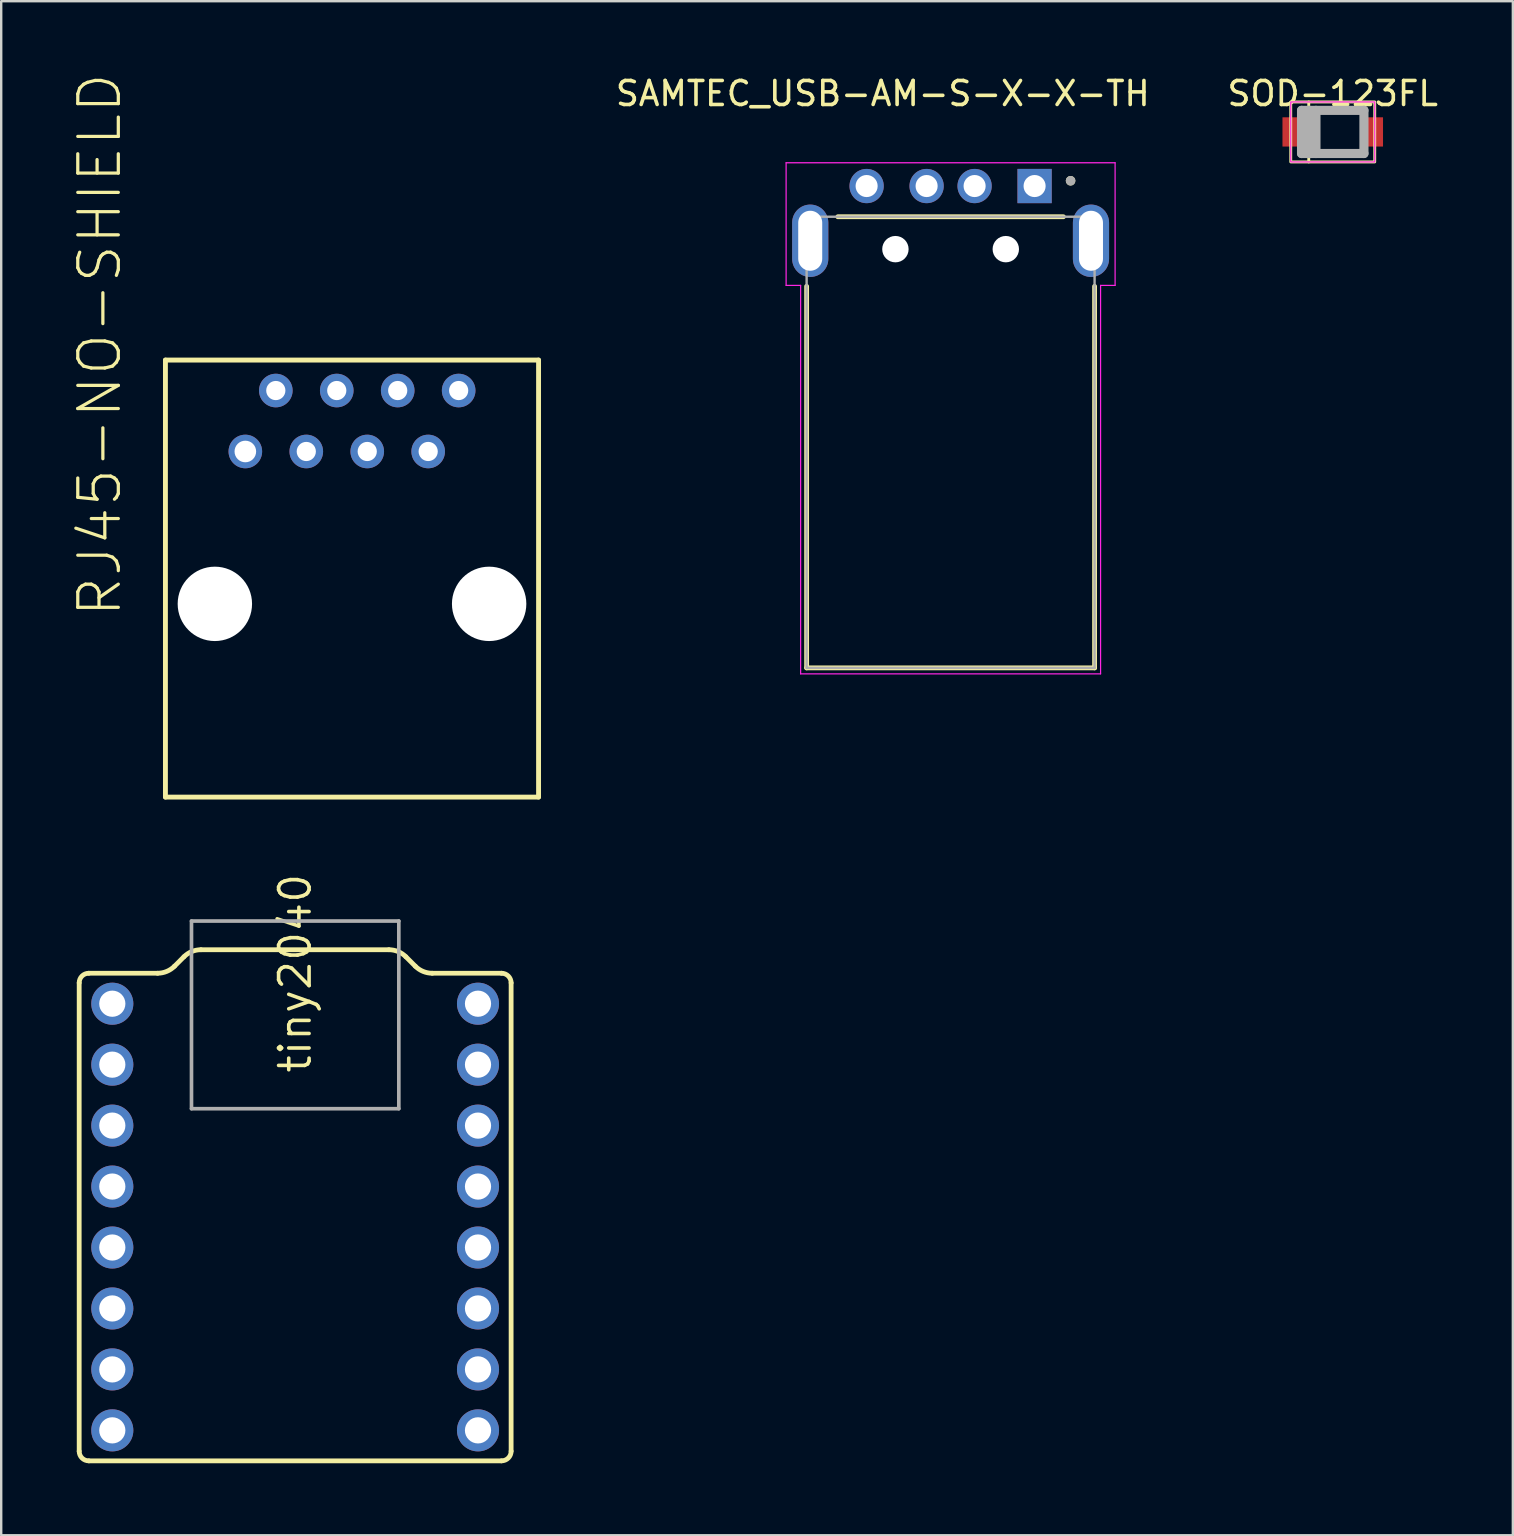
<source format=kicad_pcb>
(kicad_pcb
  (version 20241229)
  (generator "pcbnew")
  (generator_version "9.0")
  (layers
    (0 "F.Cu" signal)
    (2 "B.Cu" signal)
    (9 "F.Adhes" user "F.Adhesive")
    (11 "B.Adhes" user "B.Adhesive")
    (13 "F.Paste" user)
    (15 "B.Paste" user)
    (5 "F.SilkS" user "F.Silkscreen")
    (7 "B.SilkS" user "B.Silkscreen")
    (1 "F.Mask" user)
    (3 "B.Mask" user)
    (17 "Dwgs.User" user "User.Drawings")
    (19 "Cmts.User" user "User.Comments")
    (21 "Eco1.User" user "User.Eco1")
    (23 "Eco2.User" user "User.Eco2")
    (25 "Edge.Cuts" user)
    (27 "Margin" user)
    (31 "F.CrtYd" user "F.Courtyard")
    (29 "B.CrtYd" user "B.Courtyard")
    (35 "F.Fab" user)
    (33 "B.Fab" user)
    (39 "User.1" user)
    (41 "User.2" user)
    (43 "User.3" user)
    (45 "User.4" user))
  (footprint "SAMTEC_USB-AM-S-X-X-TH"
    (layer "F.Cu")
    (at 36.565 6.983)
    (property "Reference" "SAMTEC_USB-AM-S-X-X-TH" (at -2.825 -6.135 0) (layer "F.SilkS") (effects (font (size 1 1) (thickness 0.15))))
    (attr through_hole)
    (fp_line (start -6 17.8) (end -6 1.9) (stroke (width 0.2) (type solid)) (layer "F.SilkS"))
    (fp_line (start -4.7 -1) (end 4.7 -1) (stroke (width 0.2) (type solid)) (layer "F.SilkS"))
    (fp_line (start 6 1.9) (end 6 17.8) (stroke (width 0.2) (type solid)) (layer "F.SilkS"))
    (fp_line (start 6 17.8) (end -6 17.8) (stroke (width 0.2) (type solid)) (layer "F.SilkS"))
    (fp_circle (center 5 -2.5) (end 5.1 -2.5) (stroke (width 0.2) (type solid)) (fill no) (layer "F.SilkS"))
    (fp_line (start -6.855 -3.25) (end 6.855 -3.25) (stroke (width 0.05) (type solid)) (layer "F.CrtYd"))
    (fp_line (start -6.855 1.86) (end -6.855 -3.25) (stroke (width 0.05) (type solid)) (layer "F.CrtYd"))
    (fp_line (start -6.25 1.86) (end -6.855 1.86) (stroke (width 0.05) (type solid)) (layer "F.CrtYd"))
    (fp_line (start -6.25 18.05) (end -6.25 1.86) (stroke (width 0.05) (type solid)) (layer "F.CrtYd"))
    (fp_line (start 6.25 1.86) (end 6.25 18.05) (stroke (width 0.05) (type solid)) (layer "F.CrtYd"))
    (fp_line (start 6.25 18.05) (end -6.25 18.05) (stroke (width 0.05) (type solid)) (layer "F.CrtYd"))
    (fp_line (start 6.855 -3.25) (end 6.855 1.86) (stroke (width 0.05) (type solid)) (layer "F.CrtYd"))
    (fp_line (start 6.855 1.86) (end 6.25 1.86) (stroke (width 0.05) (type solid)) (layer "F.CrtYd"))
    (fp_line (start -6 -1) (end 6 -1) (stroke (width 0.1) (type solid)) (layer "F.Fab"))
    (fp_line (start -6 17.8) (end -6 -1) (stroke (width 0.1) (type solid)) (layer "F.Fab"))
    (fp_line (start 6 -1) (end 6 17.8) (stroke (width 0.1) (type solid)) (layer "F.Fab"))
    (fp_line (start 6 17.8) (end -6 17.8) (stroke (width 0.1) (type solid)) (layer "F.Fab"))
    (fp_circle (center 5 -2.5) (end 5.1 -2.5) (stroke (width 0.2) (type solid)) (fill no) (layer "F.Fab"))
    (pad "" np_thru_hole circle (at -2.3 0.35) (size 1.1 1.1) (drill 1.1) (layers "*.Cu" "*.Mask"))
    (pad "" np_thru_hole circle (at 2.3 0.35) (size 1.1 1.1) (drill 1.1) (layers "*.Cu" "*.Mask"))
    (pad "1" thru_hole rect (at 3.5 -2.28) (size 1.428 1.428) (drill 0.92) (layers "*.Cu" "*.Mask"))
    (pad "2" thru_hole circle (at 1 -2.28) (size 1.428 1.428) (drill 0.92) (layers "*.Cu" "*.Mask"))
    (pad "3" thru_hole circle (at -1 -2.28) (size 1.428 1.428) (drill 0.92) (layers "*.Cu" "*.Mask"))
    (pad "4" thru_hole circle (at -3.5 -2.28) (size 1.428 1.428) (drill 0.92) (layers "*.Cu" "*.Mask"))
    (pad "5" thru_hole oval (at -5.85 0) (size 1.508 3.016) (drill oval 1 2.5) (layers "*.Cu" "*.Mask"))
    (pad "5" thru_hole oval (at 5.85 0) (size 1.508 3.016) (drill oval 1 2.5) (layers "*.Cu" "*.Mask")))
  (footprint "SOD-123FL"
    (layer "F.Cu")
    (at 52.49 2.448)
    (property "Reference" "SOD-123FL" (at 0 -1.6 0) (layer "F.SilkS") (effects (font (size 1 1) (thickness 0.15))))
    (attr through_hole)
    (fp_line (start -1 -1.25) (end -1 1.25) (stroke (width 0.12) (type default)) (layer "F.SilkS"))
    (fp_rect (start -1.75 -1.25) (end 1.75 1.25) (stroke (width 0.12) (type default)) (fill no) (layer "F.SilkS"))
    (fp_rect (start -1.75 -1.25) (end 1.75 1.25) (stroke (width 0.05) (type default)) (fill no) (layer "F.CrtYd"))
    (fp_line (start -1.3 -0.899) (end 1.3 -0.899) (stroke (width 0.381) (type solid)) (layer "F.Fab"))
    (fp_line (start -1.3 0.899) (end -1.3 -0.899) (stroke (width 0.381) (type solid)) (layer "F.Fab"))
    (fp_line (start -0.999 0.899) (end -0.999 -0.899) (stroke (width 0.381) (type solid)) (layer "F.Fab"))
    (fp_line (start -0.7 -0.899) (end -0.7 0.899) (stroke (width 0.381) (type solid)) (layer "F.Fab"))
    (fp_line (start 1.3 -0.899) (end 1.3 0.899) (stroke (width 0.381) (type solid)) (layer "F.Fab"))
    (fp_line (start 1.3 0.899) (end -1.3 0.899) (stroke (width 0.381) (type solid)) (layer "F.Fab"))
    (pad "1" smd rect (at 1.638 0) (size 0.914 1.219) (layers "F.Cu" "F.Mask" "F.Paste"))
    (pad "2" smd rect (at -1.638 0) (size 0.914 1.219) (layers "F.Cu" "F.Mask" "F.Paste")))
  (footprint "tiny2040"
    (layer "F.Cu")
    (at 0.25 46.426)
    (property "Reference" "tiny2040" (at 9 -8.918 270) (layer "F.SilkS") (effects (font (size 1.27 1.27) (thickness 0.15))))
    (fp_line (start 0 11.002) (end 0 -8.518) (stroke (width 0.2) (type solid)) (layer "F.SilkS"))
    (fp_line (start 0.4 -8.918) (end 3.266 -8.918) (stroke (width 0.2) (type solid)) (layer "F.SilkS"))
    (fp_line (start 0.4 11.402) (end 17.6 11.402) (stroke (width 0.2) (type solid)) (layer "F.SilkS"))
    (fp_line (start 3.973 -9.211) (end 4.367 -9.605) (stroke (width 0.2) (type solid)) (layer "F.SilkS"))
    (fp_line (start 5.074 -9.898) (end 12.906 -9.898) (stroke (width 0.2) (type solid)) (layer "F.SilkS"))
    (fp_line (start 13.613 -9.605) (end 14.007 -9.211) (stroke (width 0.2) (type solid)) (layer "F.SilkS"))
    (fp_line (start 14.714 -8.918) (end 17.6 -8.918) (stroke (width 0.2) (type solid)) (layer "F.SilkS"))
    (fp_line (start 18 -8.518) (end 18 11.002) (stroke (width 0.2) (type solid)) (layer "F.SilkS"))
    (fp_arc (start 0 -8.517619) (mid 0.117157 -8.800462) (end 0.4 -8.917619) (stroke (width 0.2) (type solid)) (layer "F.SilkS"))
    (fp_arc (start 0.4 11.402381) (mid 0.117157 11.285224) (end 0 11.002381) (stroke (width 0.2) (type solid)) (layer "F.SilkS"))
    (fp_arc (start 3.972893 -9.210512) (mid 3.64847 -8.99374) (end 3.265788 -8.917619) (stroke (width 0.2) (type solid)) (layer "F.SilkS"))
    (fp_arc (start 4.367107 -9.604725) (mid 4.69153 -9.821498) (end 5.074213 -9.89762) (stroke (width 0.2) (type solid)) (layer "F.SilkS"))
    (fp_arc (start 12.905787 -9.897619) (mid 13.28847 -9.821498) (end 13.612892 -9.604725) (stroke (width 0.2) (type solid)) (layer "F.SilkS"))
    (fp_arc (start 14.714211 -8.917619) (mid 14.331529 -8.99374) (end 14.007106 -9.210512) (stroke (width 0.2) (type solid)) (layer "F.SilkS"))
    (fp_arc (start 17.6 -8.917619) (mid 17.882843 -8.800462) (end 18 -8.517619) (stroke (width 0.2) (type solid)) (layer "F.SilkS"))
    (fp_arc (start 18 11.002381) (mid 17.882843 11.285224) (end 17.6 11.402381) (stroke (width 0.2) (type solid)) (layer "F.SilkS"))
    (fp_line (start 4.68 -3.273) (end 4.68 -11.093) (stroke (width 0.152) (type solid)) (layer "F.Fab"))
    (fp_line (start 4.68 -3.273) (end 4.68 -5.363) (stroke (width 0.01) (type solid)) (layer "F.Fab"))
    (fp_line (start 4.68 -3.263) (end 4.68 -3.273) (stroke (width 0.01) (type solid)) (layer "F.Fab"))
    (fp_line (start 13.32 -11.093) (end 4.68 -11.093) (stroke (width 0.152) (type solid)) (layer "F.Fab"))
    (fp_line (start 13.32 -11.093) (end 13.32 -3.273) (stroke (width 0.152) (type solid)) (layer "F.Fab"))
    (fp_line (start 13.32 -7.693) (end 13.32 -9.293) (stroke (width 0.01) (type solid)) (layer "F.Fab"))
    (fp_line (start 13.32 -3.273) (end 4.68 -3.273) (stroke (width 0.152) (type solid)) (layer "F.Fab"))
    (fp_line (start 13.32 -3.273) (end 13.32 -5.363) (stroke (width 0.01) (type solid)) (layer "F.Fab"))
    (fp_line (start 13.32 -3.263) (end 13.32 -3.273) (stroke (width 0.01) (type solid)) (layer "F.Fab"))
    (pad "1" thru_hole circle (at 1.38 -7.648) (size 1.753 1.753) (drill 1.092) (layers "*.Cu" "*.Mask"))
    (pad "2" thru_hole circle (at 1.38 -5.108) (size 1.753 1.753) (drill 1.092) (layers "*.Cu" "*.Mask"))
    (pad "3" thru_hole circle (at 1.38 -2.568) (size 1.753 1.753) (drill 1.092) (layers "*.Cu" "*.Mask"))
    (pad "4" thru_hole circle (at 1.38 -0.028) (size 1.753 1.753) (drill 1.092) (layers "*.Cu" "*.Mask"))
    (pad "5" thru_hole circle (at 1.38 2.512) (size 1.753 1.753) (drill 1.092) (layers "*.Cu" "*.Mask"))
    (pad "6" thru_hole circle (at 1.38 5.052) (size 1.753 1.753) (drill 1.092) (layers "*.Cu" "*.Mask"))
    (pad "7" thru_hole circle (at 1.38 7.592) (size 1.753 1.753) (drill 1.092) (layers "*.Cu" "*.Mask"))
    (pad "8" thru_hole circle (at 1.38 10.132) (size 1.753 1.753) (drill 1.092) (layers "*.Cu" "*.Mask"))
    (pad "9" thru_hole circle (at 16.62 10.132) (size 1.753 1.753) (drill 1.092) (layers "*.Cu" "*.Mask"))
    (pad "10" thru_hole circle (at 16.62 7.592) (size 1.753 1.753) (drill 1.092) (layers "*.Cu" "*.Mask"))
    (pad "11" thru_hole circle (at 16.62 5.052) (size 1.753 1.753) (drill 1.092) (layers "*.Cu" "*.Mask"))
    (pad "12" thru_hole circle (at 16.62 2.512) (size 1.753 1.753) (drill 1.092) (layers "*.Cu" "*.Mask"))
    (pad "13" thru_hole circle (at 16.62 -0.028) (size 1.753 1.753) (drill 1.092) (layers "*.Cu" "*.Mask"))
    (pad "14" thru_hole circle (at 16.62 -2.568) (size 1.753 1.753) (drill 1.092) (layers "*.Cu" "*.Mask"))
    (pad "15" thru_hole circle (at 16.62 -5.108) (size 1.753 1.753) (drill 1.092) (layers "*.Cu" "*.Mask"))
    (pad "16" thru_hole circle (at 16.62 -7.648) (size 1.753 1.753) (drill 1.092) (layers "*.Cu" "*.Mask"))
    (zone (net_name "") (layer "F.Cu") (hatch edge 0.508) (connect_pads) (min_thickness 0.254) (filled_areas_thickness no) (keepout (tracks not_allowed) (vias not_allowed) (pads not_allowed) (copperpour not_allowed) (footprints allowed)) (placement (enabled no)) (fill) (polygon (pts (xy 2.85 54.909) (xy 2.85 57.509) (xy 5.45 57.509) (xy 5.45 54.909))))
    (zone (net_name "") (layer "F.Cu") (hatch edge 0.508) (connect_pads) (min_thickness 0.254) (filled_areas_thickness no) (keepout (tracks not_allowed) (vias not_allowed) (pads not_allowed) (copperpour not_allowed) (footprints allowed)) (placement (enabled no)) (fill) (polygon (pts (xy 13.05 54.909) (xy 13.05 57.509) (xy 15.65 57.509) (xy 15.65 54.909)))))
  (footprint "RJ45-NO-SHIELD"
    (layer "F.Cu")
    (at 11.619 22.115)
    (property "Reference" "RJ45-NO-SHIELD" (at -9.525 0.635 90) (layer "F.SilkS") (effects (font (size 1.689 1.689) (thickness 0.135)) (justify left bottom)))
    (attr through_hole)
    (fp_line (start -7.775 -10.16) (end 7.775 -10.16) (stroke (width 0.203) (type solid)) (layer "F.SilkS"))
    (fp_line (start -7.775 8.052) (end -7.775 -10.16) (stroke (width 0.203) (type solid)) (layer "F.SilkS"))
    (fp_line (start 7.775 -10.16) (end 7.775 8.052) (stroke (width 0.203) (type solid)) (layer "F.SilkS"))
    (fp_line (start 7.775 8.052) (end -7.775 8.052) (stroke (width 0.203) (type solid)) (layer "F.SilkS"))
    (pad "" np_thru_hole circle (at -5.715 0) (size 3.1 3.1) (drill 3.1) (layers "*.Cu" "*.Mask"))
    (pad "" np_thru_hole circle (at 5.715 0) (size 3.1 3.1) (drill 3.1) (layers "*.Cu" "*.Mask"))
    (pad "1" thru_hole circle (at -4.445 -6.35) (size 1.4 1.4) (drill 0.9) (layers "*.Cu" "*.Mask"))
    (pad "2" thru_hole circle (at -3.175 -8.89) (size 1.4 1.4) (drill 0.8) (layers "*.Cu" "*.Mask"))
    (pad "3" thru_hole circle (at -1.905 -6.35) (size 1.4 1.4) (drill 0.8) (layers "*.Cu" "*.Mask"))
    (pad "4" thru_hole circle (at -0.635 -8.89) (size 1.4 1.4) (drill 0.8) (layers "*.Cu" "*.Mask"))
    (pad "5" thru_hole circle (at 0.635 -6.35) (size 1.4 1.4) (drill 0.8) (layers "*.Cu" "*.Mask"))
    (pad "6" thru_hole circle (at 1.905 -8.89) (size 1.4 1.4) (drill 0.8) (layers "*.Cu" "*.Mask"))
    (pad "7" thru_hole circle (at 3.175 -6.35) (size 1.4 1.4) (drill 0.8) (layers "*.Cu" "*.Mask"))
    (pad "8" thru_hole circle (at 4.445 -8.89) (size 1.4 1.4) (drill 0.8) (layers "*.Cu" "*.Mask")))
  (gr_rect
    (start -3 -3)
    (end 59.996 60.929)
    (stroke (width 0.1) (type default))
    (fill no)
    (layer "Edge.Cuts")))
</source>
